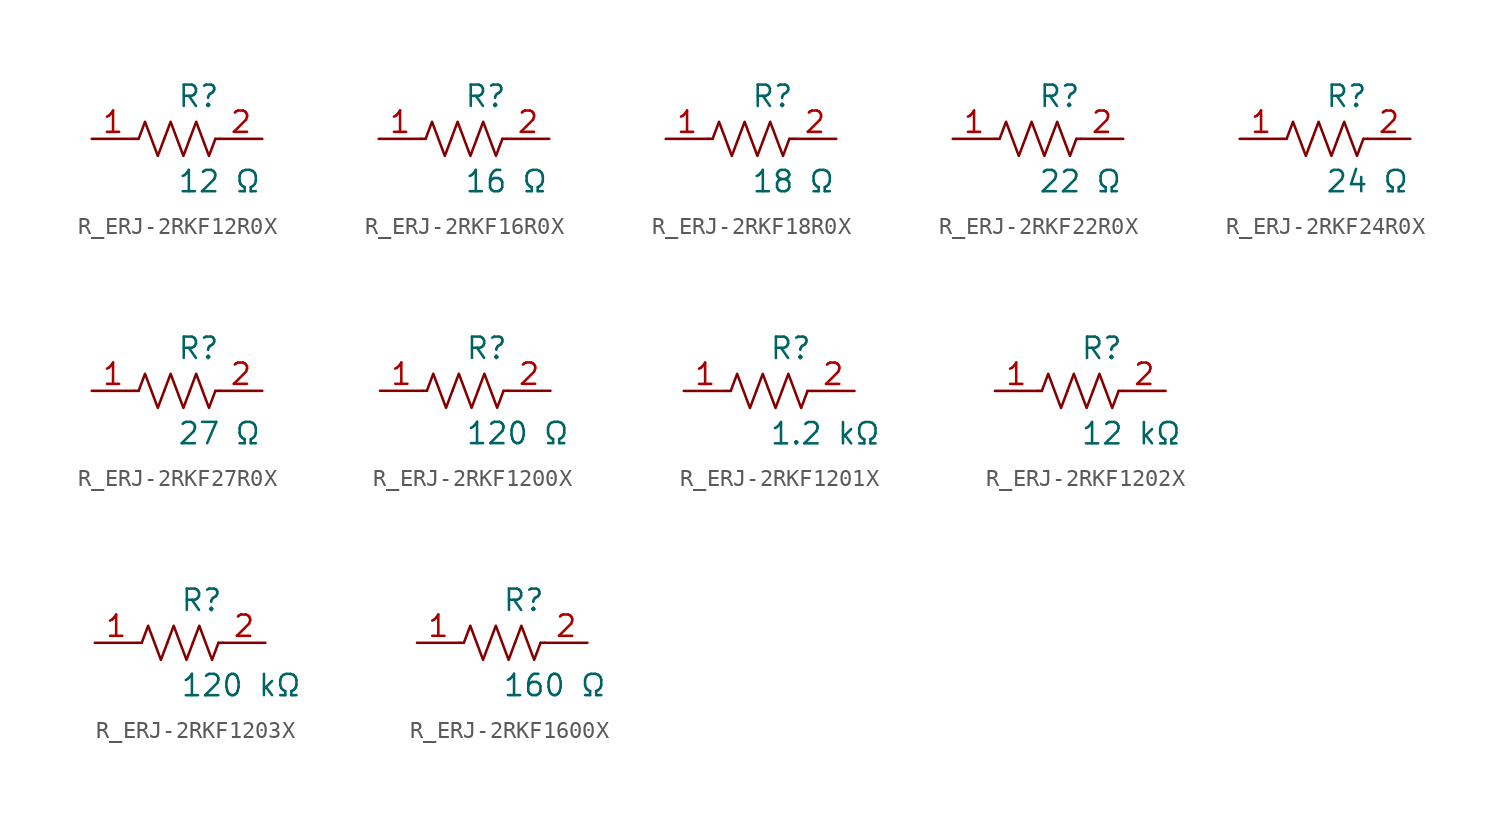
<source format=kicad_sym>
(kicad_symbol_lib
  (version 20231120)
  (generator kicad_symbol_editor)
  (generator_version 8.0)
  (symbol "R_ERJ-2RKF12R0X"
    (pin_names
      (offset 0.254))
    (property "Reference" "R"
      (at 0.0 2.54 0)
      (effects (font (size 1.27 1.27)) (justify left)))
    (property "Value" "12 Ω"
      (at 0.0 -2.54 0)
      (effects (font (size 1.27 1.27)) (justify left)))
    (symbol "R_ERJ-2RKF12R0X_0_1"
      (polyline (pts (xy 2.286 0) (xy 2.54 0)) (stroke (width 0) (type default)) (fill (type none)))
      (polyline (pts (xy -2.286 0) (xy -2.54 0)) (stroke (width 0) (type default)) (fill (type none)))
      (polyline (pts (xy 0.762 0) (xy 1.143 1.016) (xy 1.524 0) (xy 1.905 -1.016) (xy 2.286 0)) (stroke (width 0) (type default)) (fill (type none)))
      (polyline (pts (xy -0.762 0) (xy -0.381 1.016) (xy 0 0) (xy 0.381 -1.016) (xy 0.762 0)) (stroke (width 0) (type default)) (fill (type none)))
      (polyline (pts (xy -2.286 0) (xy -1.905 1.016) (xy -1.524 0) (xy -1.143 -1.016) (xy -0.762 0)) (stroke (width 0) (type default)) (fill (type none))))
    (pin unspecified line
      (at -5.08 0 0)
      (length 2.54)
      (name "" (effects (font (size 1.27 1.27))))
      (number "1" (effects (font (size 1.27 1.27)))))
    (pin unspecified line
      (at 5.08 0 180)
      (length 2.54)
      (name "" (effects (font (size 1.27 1.27))))
      (number "2" (effects (font (size 1.27 1.27))))))
  (symbol "R_ERJ-2RKF16R0X"
    (pin_names
      (offset 0.254))
    (property "Reference" "R"
      (at 0.0 2.54 0)
      (effects (font (size 1.27 1.27)) (justify left)))
    (property "Value" "16 Ω"
      (at 0.0 -2.54 0)
      (effects (font (size 1.27 1.27)) (justify left)))
    (symbol "R_ERJ-2RKF16R0X_0_1"
      (polyline (pts (xy 2.286 0) (xy 2.54 0)) (stroke (width 0) (type default)) (fill (type none)))
      (polyline (pts (xy -2.286 0) (xy -2.54 0)) (stroke (width 0) (type default)) (fill (type none)))
      (polyline (pts (xy 0.762 0) (xy 1.143 1.016) (xy 1.524 0) (xy 1.905 -1.016) (xy 2.286 0)) (stroke (width 0) (type default)) (fill (type none)))
      (polyline (pts (xy -0.762 0) (xy -0.381 1.016) (xy 0 0) (xy 0.381 -1.016) (xy 0.762 0)) (stroke (width 0) (type default)) (fill (type none)))
      (polyline (pts (xy -2.286 0) (xy -1.905 1.016) (xy -1.524 0) (xy -1.143 -1.016) (xy -0.762 0)) (stroke (width 0) (type default)) (fill (type none))))
    (pin unspecified line
      (at -5.08 0 0)
      (length 2.54)
      (name "" (effects (font (size 1.27 1.27))))
      (number "1" (effects (font (size 1.27 1.27)))))
    (pin unspecified line
      (at 5.08 0 180)
      (length 2.54)
      (name "" (effects (font (size 1.27 1.27))))
      (number "2" (effects (font (size 1.27 1.27))))))
  (symbol "R_ERJ-2RKF18R0X"
    (pin_names
      (offset 0.254))
    (property "Reference" "R"
      (at 0.0 2.54 0)
      (effects (font (size 1.27 1.27)) (justify left)))
    (property "Value" "18 Ω"
      (at 0.0 -2.54 0)
      (effects (font (size 1.27 1.27)) (justify left)))
    (symbol "R_ERJ-2RKF18R0X_0_1"
      (polyline (pts (xy 2.286 0) (xy 2.54 0)) (stroke (width 0) (type default)) (fill (type none)))
      (polyline (pts (xy -2.286 0) (xy -2.54 0)) (stroke (width 0) (type default)) (fill (type none)))
      (polyline (pts (xy 0.762 0) (xy 1.143 1.016) (xy 1.524 0) (xy 1.905 -1.016) (xy 2.286 0)) (stroke (width 0) (type default)) (fill (type none)))
      (polyline (pts (xy -0.762 0) (xy -0.381 1.016) (xy 0 0) (xy 0.381 -1.016) (xy 0.762 0)) (stroke (width 0) (type default)) (fill (type none)))
      (polyline (pts (xy -2.286 0) (xy -1.905 1.016) (xy -1.524 0) (xy -1.143 -1.016) (xy -0.762 0)) (stroke (width 0) (type default)) (fill (type none))))
    (pin unspecified line
      (at -5.08 0 0)
      (length 2.54)
      (name "" (effects (font (size 1.27 1.27))))
      (number "1" (effects (font (size 1.27 1.27)))))
    (pin unspecified line
      (at 5.08 0 180)
      (length 2.54)
      (name "" (effects (font (size 1.27 1.27))))
      (number "2" (effects (font (size 1.27 1.27))))))
  (symbol "R_ERJ-2RKF22R0X"
    (pin_names
      (offset 0.254))
    (property "Reference" "R"
      (at 0.0 2.54 0)
      (effects (font (size 1.27 1.27)) (justify left)))
    (property "Value" "22 Ω"
      (at 0.0 -2.54 0)
      (effects (font (size 1.27 1.27)) (justify left)))
    (symbol "R_ERJ-2RKF22R0X_0_1"
      (polyline (pts (xy 2.286 0) (xy 2.54 0)) (stroke (width 0) (type default)) (fill (type none)))
      (polyline (pts (xy -2.286 0) (xy -2.54 0)) (stroke (width 0) (type default)) (fill (type none)))
      (polyline (pts (xy 0.762 0) (xy 1.143 1.016) (xy 1.524 0) (xy 1.905 -1.016) (xy 2.286 0)) (stroke (width 0) (type default)) (fill (type none)))
      (polyline (pts (xy -0.762 0) (xy -0.381 1.016) (xy 0 0) (xy 0.381 -1.016) (xy 0.762 0)) (stroke (width 0) (type default)) (fill (type none)))
      (polyline (pts (xy -2.286 0) (xy -1.905 1.016) (xy -1.524 0) (xy -1.143 -1.016) (xy -0.762 0)) (stroke (width 0) (type default)) (fill (type none))))
    (pin unspecified line
      (at -5.08 0 0)
      (length 2.54)
      (name "" (effects (font (size 1.27 1.27))))
      (number "1" (effects (font (size 1.27 1.27)))))
    (pin unspecified line
      (at 5.08 0 180)
      (length 2.54)
      (name "" (effects (font (size 1.27 1.27))))
      (number "2" (effects (font (size 1.27 1.27))))))
  (symbol "R_ERJ-2RKF24R0X"
    (pin_names
      (offset 0.254))
    (property "Reference" "R"
      (at 0.0 2.54 0)
      (effects (font (size 1.27 1.27)) (justify left)))
    (property "Value" "24 Ω"
      (at 0.0 -2.54 0)
      (effects (font (size 1.27 1.27)) (justify left)))
    (symbol "R_ERJ-2RKF24R0X_0_1"
      (polyline (pts (xy 2.286 0) (xy 2.54 0)) (stroke (width 0) (type default)) (fill (type none)))
      (polyline (pts (xy -2.286 0) (xy -2.54 0)) (stroke (width 0) (type default)) (fill (type none)))
      (polyline (pts (xy 0.762 0) (xy 1.143 1.016) (xy 1.524 0) (xy 1.905 -1.016) (xy 2.286 0)) (stroke (width 0) (type default)) (fill (type none)))
      (polyline (pts (xy -0.762 0) (xy -0.381 1.016) (xy 0 0) (xy 0.381 -1.016) (xy 0.762 0)) (stroke (width 0) (type default)) (fill (type none)))
      (polyline (pts (xy -2.286 0) (xy -1.905 1.016) (xy -1.524 0) (xy -1.143 -1.016) (xy -0.762 0)) (stroke (width 0) (type default)) (fill (type none))))
    (pin unspecified line
      (at -5.08 0 0)
      (length 2.54)
      (name "" (effects (font (size 1.27 1.27))))
      (number "1" (effects (font (size 1.27 1.27)))))
    (pin unspecified line
      (at 5.08 0 180)
      (length 2.54)
      (name "" (effects (font (size 1.27 1.27))))
      (number "2" (effects (font (size 1.27 1.27))))))
  (symbol "R_ERJ-2RKF27R0X"
    (pin_names
      (offset 0.254))
    (property "Reference" "R"
      (at 0.0 2.54 0)
      (effects (font (size 1.27 1.27)) (justify left)))
    (property "Value" "27 Ω"
      (at 0.0 -2.54 0)
      (effects (font (size 1.27 1.27)) (justify left)))
    (symbol "R_ERJ-2RKF27R0X_0_1"
      (polyline (pts (xy 2.286 0) (xy 2.54 0)) (stroke (width 0) (type default)) (fill (type none)))
      (polyline (pts (xy -2.286 0) (xy -2.54 0)) (stroke (width 0) (type default)) (fill (type none)))
      (polyline (pts (xy 0.762 0) (xy 1.143 1.016) (xy 1.524 0) (xy 1.905 -1.016) (xy 2.286 0)) (stroke (width 0) (type default)) (fill (type none)))
      (polyline (pts (xy -0.762 0) (xy -0.381 1.016) (xy 0 0) (xy 0.381 -1.016) (xy 0.762 0)) (stroke (width 0) (type default)) (fill (type none)))
      (polyline (pts (xy -2.286 0) (xy -1.905 1.016) (xy -1.524 0) (xy -1.143 -1.016) (xy -0.762 0)) (stroke (width 0) (type default)) (fill (type none))))
    (pin unspecified line
      (at -5.08 0 0)
      (length 2.54)
      (name "" (effects (font (size 1.27 1.27))))
      (number "1" (effects (font (size 1.27 1.27)))))
    (pin unspecified line
      (at 5.08 0 180)
      (length 2.54)
      (name "" (effects (font (size 1.27 1.27))))
      (number "2" (effects (font (size 1.27 1.27))))))
  (symbol "R_ERJ-2RKF1200X"
    (pin_names
      (offset 0.254))
    (property "Reference" "R"
      (at 0.0 2.54 0)
      (effects (font (size 1.27 1.27)) (justify left)))
    (property "Value" "120 Ω"
      (at 0.0 -2.54 0)
      (effects (font (size 1.27 1.27)) (justify left)))
    (symbol "R_ERJ-2RKF1200X_0_1"
      (polyline (pts (xy 2.286 0) (xy 2.54 0)) (stroke (width 0) (type default)) (fill (type none)))
      (polyline (pts (xy -2.286 0) (xy -2.54 0)) (stroke (width 0) (type default)) (fill (type none)))
      (polyline (pts (xy 0.762 0) (xy 1.143 1.016) (xy 1.524 0) (xy 1.905 -1.016) (xy 2.286 0)) (stroke (width 0) (type default)) (fill (type none)))
      (polyline (pts (xy -0.762 0) (xy -0.381 1.016) (xy 0 0) (xy 0.381 -1.016) (xy 0.762 0)) (stroke (width 0) (type default)) (fill (type none)))
      (polyline (pts (xy -2.286 0) (xy -1.905 1.016) (xy -1.524 0) (xy -1.143 -1.016) (xy -0.762 0)) (stroke (width 0) (type default)) (fill (type none))))
    (pin unspecified line
      (at -5.08 0 0)
      (length 2.54)
      (name "" (effects (font (size 1.27 1.27))))
      (number "1" (effects (font (size 1.27 1.27)))))
    (pin unspecified line
      (at 5.08 0 180)
      (length 2.54)
      (name "" (effects (font (size 1.27 1.27))))
      (number "2" (effects (font (size 1.27 1.27))))))
  (symbol "R_ERJ-2RKF1201X"
    (pin_names
      (offset 0.254))
    (property "Reference" "R"
      (at 0.0 2.54 0)
      (effects (font (size 1.27 1.27)) (justify left)))
    (property "Value" "1.2 kΩ"
      (at 0.0 -2.54 0)
      (effects (font (size 1.27 1.27)) (justify left)))
    (symbol "R_ERJ-2RKF1201X_0_1"
      (polyline (pts (xy 2.286 0) (xy 2.54 0)) (stroke (width 0) (type default)) (fill (type none)))
      (polyline (pts (xy -2.286 0) (xy -2.54 0)) (stroke (width 0) (type default)) (fill (type none)))
      (polyline (pts (xy 0.762 0) (xy 1.143 1.016) (xy 1.524 0) (xy 1.905 -1.016) (xy 2.286 0)) (stroke (width 0) (type default)) (fill (type none)))
      (polyline (pts (xy -0.762 0) (xy -0.381 1.016) (xy 0 0) (xy 0.381 -1.016) (xy 0.762 0)) (stroke (width 0) (type default)) (fill (type none)))
      (polyline (pts (xy -2.286 0) (xy -1.905 1.016) (xy -1.524 0) (xy -1.143 -1.016) (xy -0.762 0)) (stroke (width 0) (type default)) (fill (type none))))
    (pin unspecified line
      (at -5.08 0 0)
      (length 2.54)
      (name "" (effects (font (size 1.27 1.27))))
      (number "1" (effects (font (size 1.27 1.27)))))
    (pin unspecified line
      (at 5.08 0 180)
      (length 2.54)
      (name "" (effects (font (size 1.27 1.27))))
      (number "2" (effects (font (size 1.27 1.27))))))
  (symbol "R_ERJ-2RKF1202X"
    (pin_names
      (offset 0.254))
    (property "Reference" "R"
      (at 0.0 2.54 0)
      (effects (font (size 1.27 1.27)) (justify left)))
    (property "Value" "12 kΩ"
      (at 0.0 -2.54 0)
      (effects (font (size 1.27 1.27)) (justify left)))
    (symbol "R_ERJ-2RKF1202X_0_1"
      (polyline (pts (xy 2.286 0) (xy 2.54 0)) (stroke (width 0) (type default)) (fill (type none)))
      (polyline (pts (xy -2.286 0) (xy -2.54 0)) (stroke (width 0) (type default)) (fill (type none)))
      (polyline (pts (xy 0.762 0) (xy 1.143 1.016) (xy 1.524 0) (xy 1.905 -1.016) (xy 2.286 0)) (stroke (width 0) (type default)) (fill (type none)))
      (polyline (pts (xy -0.762 0) (xy -0.381 1.016) (xy 0 0) (xy 0.381 -1.016) (xy 0.762 0)) (stroke (width 0) (type default)) (fill (type none)))
      (polyline (pts (xy -2.286 0) (xy -1.905 1.016) (xy -1.524 0) (xy -1.143 -1.016) (xy -0.762 0)) (stroke (width 0) (type default)) (fill (type none))))
    (pin unspecified line
      (at -5.08 0 0)
      (length 2.54)
      (name "" (effects (font (size 1.27 1.27))))
      (number "1" (effects (font (size 1.27 1.27)))))
    (pin unspecified line
      (at 5.08 0 180)
      (length 2.54)
      (name "" (effects (font (size 1.27 1.27))))
      (number "2" (effects (font (size 1.27 1.27))))))
  (symbol "R_ERJ-2RKF1203X"
    (pin_names
      (offset 0.254))
    (property "Reference" "R"
      (at 0.0 2.54 0)
      (effects (font (size 1.27 1.27)) (justify left)))
    (property "Value" "120 kΩ"
      (at 0.0 -2.54 0)
      (effects (font (size 1.27 1.27)) (justify left)))
    (symbol "R_ERJ-2RKF1203X_0_1"
      (polyline (pts (xy 2.286 0) (xy 2.54 0)) (stroke (width 0) (type default)) (fill (type none)))
      (polyline (pts (xy -2.286 0) (xy -2.54 0)) (stroke (width 0) (type default)) (fill (type none)))
      (polyline (pts (xy 0.762 0) (xy 1.143 1.016) (xy 1.524 0) (xy 1.905 -1.016) (xy 2.286 0)) (stroke (width 0) (type default)) (fill (type none)))
      (polyline (pts (xy -0.762 0) (xy -0.381 1.016) (xy 0 0) (xy 0.381 -1.016) (xy 0.762 0)) (stroke (width 0) (type default)) (fill (type none)))
      (polyline (pts (xy -2.286 0) (xy -1.905 1.016) (xy -1.524 0) (xy -1.143 -1.016) (xy -0.762 0)) (stroke (width 0) (type default)) (fill (type none))))
    (pin unspecified line
      (at -5.08 0 0)
      (length 2.54)
      (name "" (effects (font (size 1.27 1.27))))
      (number "1" (effects (font (size 1.27 1.27)))))
    (pin unspecified line
      (at 5.08 0 180)
      (length 2.54)
      (name "" (effects (font (size 1.27 1.27))))
      (number "2" (effects (font (size 1.27 1.27))))))
  (symbol "R_ERJ-2RKF1600X"
    (pin_names
      (offset 0.254))
    (property "Reference" "R"
      (at 0.0 2.54 0)
      (effects (font (size 1.27 1.27)) (justify left)))
    (property "Value" "160 Ω"
      (at 0.0 -2.54 0)
      (effects (font (size 1.27 1.27)) (justify left)))
    (symbol "R_ERJ-2RKF1600X_0_1"
      (polyline (pts (xy 2.286 0) (xy 2.54 0)) (stroke (width 0) (type default)) (fill (type none)))
      (polyline (pts (xy -2.286 0) (xy -2.54 0)) (stroke (width 0) (type default)) (fill (type none)))
      (polyline (pts (xy 0.762 0) (xy 1.143 1.016) (xy 1.524 0) (xy 1.905 -1.016) (xy 2.286 0)) (stroke (width 0) (type default)) (fill (type none)))
      (polyline (pts (xy -0.762 0) (xy -0.381 1.016) (xy 0 0) (xy 0.381 -1.016) (xy 0.762 0)) (stroke (width 0) (type default)) (fill (type none)))
      (polyline (pts (xy -2.286 0) (xy -1.905 1.016) (xy -1.524 0) (xy -1.143 -1.016) (xy -0.762 0)) (stroke (width 0) (type default)) (fill (type none))))
    (pin unspecified line
      (at -5.08 0 0)
      (length 2.54)
      (name "" (effects (font (size 1.27 1.27))))
      (number "1" (effects (font (size 1.27 1.27)))))
    (pin unspecified line
      (at 5.08 0 180)
      (length 2.54)
      (name "" (effects (font (size 1.27 1.27))))
      (number "2" (effects (font (size 1.27 1.27)))))))
</source>
